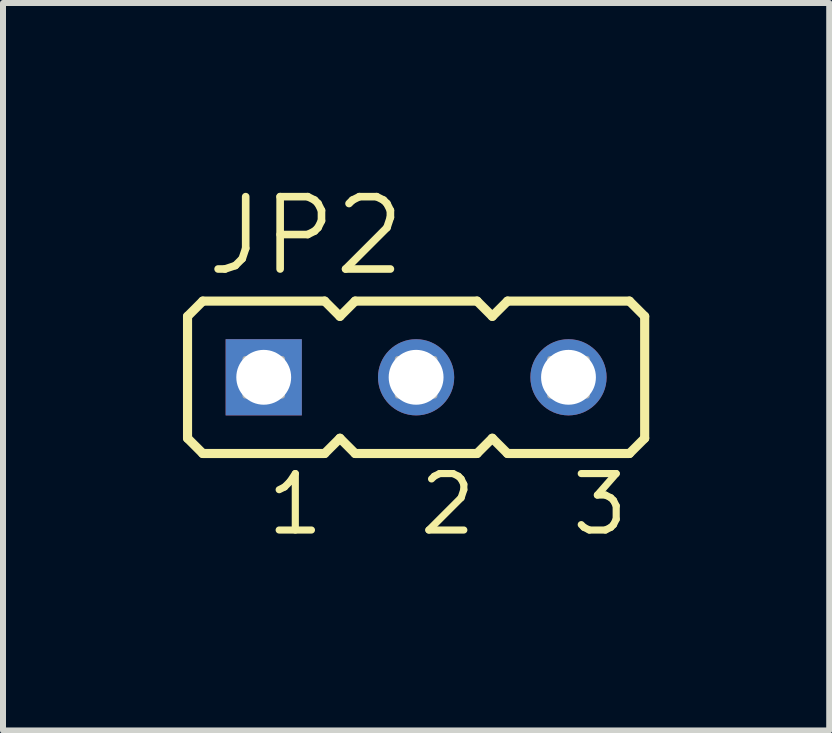
<source format=kicad_pcb>
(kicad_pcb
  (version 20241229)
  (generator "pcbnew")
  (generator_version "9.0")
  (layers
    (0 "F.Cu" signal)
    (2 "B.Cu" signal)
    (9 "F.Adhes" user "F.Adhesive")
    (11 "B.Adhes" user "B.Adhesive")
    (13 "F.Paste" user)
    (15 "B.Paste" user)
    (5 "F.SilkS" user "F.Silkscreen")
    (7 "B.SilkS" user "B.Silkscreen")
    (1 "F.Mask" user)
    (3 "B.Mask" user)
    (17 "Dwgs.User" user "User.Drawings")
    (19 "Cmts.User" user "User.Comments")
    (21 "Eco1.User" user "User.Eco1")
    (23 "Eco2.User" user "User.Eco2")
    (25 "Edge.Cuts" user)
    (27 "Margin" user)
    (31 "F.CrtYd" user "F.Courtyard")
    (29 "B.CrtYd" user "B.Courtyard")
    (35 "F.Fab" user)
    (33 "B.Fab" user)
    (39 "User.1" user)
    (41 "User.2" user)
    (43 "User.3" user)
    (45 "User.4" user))
  (footprint "JP2"
    (layer "F.Cu")
    (at 3.886 3.239)
    (property "Reference" "JP2" (at -3.556 -1.651 0) (layer "F.SilkS") (effects (font (size 1.206 1.206) (thickness 0.127)) (justify left bottom)))
    (attr through_hole)
    (fp_line (start -3.81 -1.016) (end -3.556 -1.27) (stroke (width 0.152) (type solid)) (layer "F.SilkS"))
    (fp_line (start -3.81 1.016) (end -3.81 -1.016) (stroke (width 0.152) (type solid)) (layer "F.SilkS"))
    (fp_line (start -3.81 1.016) (end -3.556 1.27) (stroke (width 0.152) (type solid)) (layer "F.SilkS"))
    (fp_line (start -1.524 -1.27) (end -3.556 -1.27) (stroke (width 0.152) (type solid)) (layer "F.SilkS"))
    (fp_line (start -1.524 -1.27) (end -1.27 -1.016) (stroke (width 0.152) (type solid)) (layer "F.SilkS"))
    (fp_line (start -1.524 1.27) (end -3.556 1.27) (stroke (width 0.152) (type solid)) (layer "F.SilkS"))
    (fp_line (start -1.524 1.27) (end -1.27 1.016) (stroke (width 0.152) (type solid)) (layer "F.SilkS"))
    (fp_line (start -1.27 -1.016) (end -1.016 -1.27) (stroke (width 0.152) (type solid)) (layer "F.SilkS"))
    (fp_line (start -1.27 1.016) (end -1.016 1.27) (stroke (width 0.152) (type solid)) (layer "F.SilkS"))
    (fp_line (start 1.016 -1.27) (end -1.016 -1.27) (stroke (width 0.152) (type solid)) (layer "F.SilkS"))
    (fp_line (start 1.016 -1.27) (end 1.27 -1.016) (stroke (width 0.152) (type solid)) (layer "F.SilkS"))
    (fp_line (start 1.016 1.27) (end -1.016 1.27) (stroke (width 0.152) (type solid)) (layer "F.SilkS"))
    (fp_line (start 1.016 1.27) (end 1.27 1.016) (stroke (width 0.152) (type solid)) (layer "F.SilkS"))
    (fp_line (start 1.27 -1.016) (end 1.524 -1.27) (stroke (width 0.152) (type solid)) (layer "F.SilkS"))
    (fp_line (start 1.27 1.016) (end 1.524 1.27) (stroke (width 0.152) (type solid)) (layer "F.SilkS"))
    (fp_line (start 3.556 -1.27) (end 1.524 -1.27) (stroke (width 0.152) (type solid)) (layer "F.SilkS"))
    (fp_line (start 3.556 -1.27) (end 3.81 -1.016) (stroke (width 0.152) (type solid)) (layer "F.SilkS"))
    (fp_line (start 3.556 1.27) (end 1.524 1.27) (stroke (width 0.152) (type solid)) (layer "F.SilkS"))
    (fp_line (start 3.556 1.27) (end 3.81 1.016) (stroke (width 0.152) (type solid)) (layer "F.SilkS"))
    (fp_line (start 3.81 -1.016) (end 3.81 1.016) (stroke (width 0.152) (type solid)) (layer "F.SilkS"))
    (fp_poly (pts (xy -2.845 0.305) (xy -2.235 0.305) (xy -2.235 -0.305) (xy -2.845 -0.305)) (stroke (width 0.1) (type solid)) (fill no) (layer "F.Fab"))
    (fp_poly (pts (xy -0.305 0.305) (xy 0.305 0.305) (xy 0.305 -0.305) (xy -0.305 -0.305)) (stroke (width 0.1) (type solid)) (fill no) (layer "F.Fab"))
    (fp_poly (pts (xy 2.235 0.305) (xy 2.845 0.305) (xy 2.845 -0.305) (xy 2.235 -0.305)) (stroke (width 0.1) (type solid)) (fill no) (layer "F.Fab"))
    (fp_text user "1" (at -2.54 2.667 0) (layer "F.SilkS") (effects (font (size 0.941 0.941) (thickness 0.119)) (justify left bottom)))
    (fp_text user "3" (at 2.54 2.667 0) (layer "F.SilkS") (effects (font (size 0.941 0.941) (thickness 0.119)) (justify left bottom)))
    (fp_text user "2" (at 0 2.667 0) (layer "F.SilkS") (effects (font (size 0.941 0.941) (thickness 0.119)) (justify left bottom)))
    (pad "1" thru_hole rect (at -2.54 0 90) (size 1.27 1.27) (drill 0.914) (layers "*.Cu" "*.Mask"))
    (pad "2" thru_hole circle (at 0 0 90) (size 1.27 1.27) (drill 0.914) (layers "*.Cu" "*.Mask"))
    (pad "3" thru_hole circle (at 2.54 0 90) (size 1.27 1.27) (drill 0.914) (layers "*.Cu" "*.Mask")))
  (gr_rect
    (start -3 -3)
    (end 10.772 9.126)
    (stroke (width 0.1) (type default))
    (fill no)
    (layer "Edge.Cuts")))
</source>
